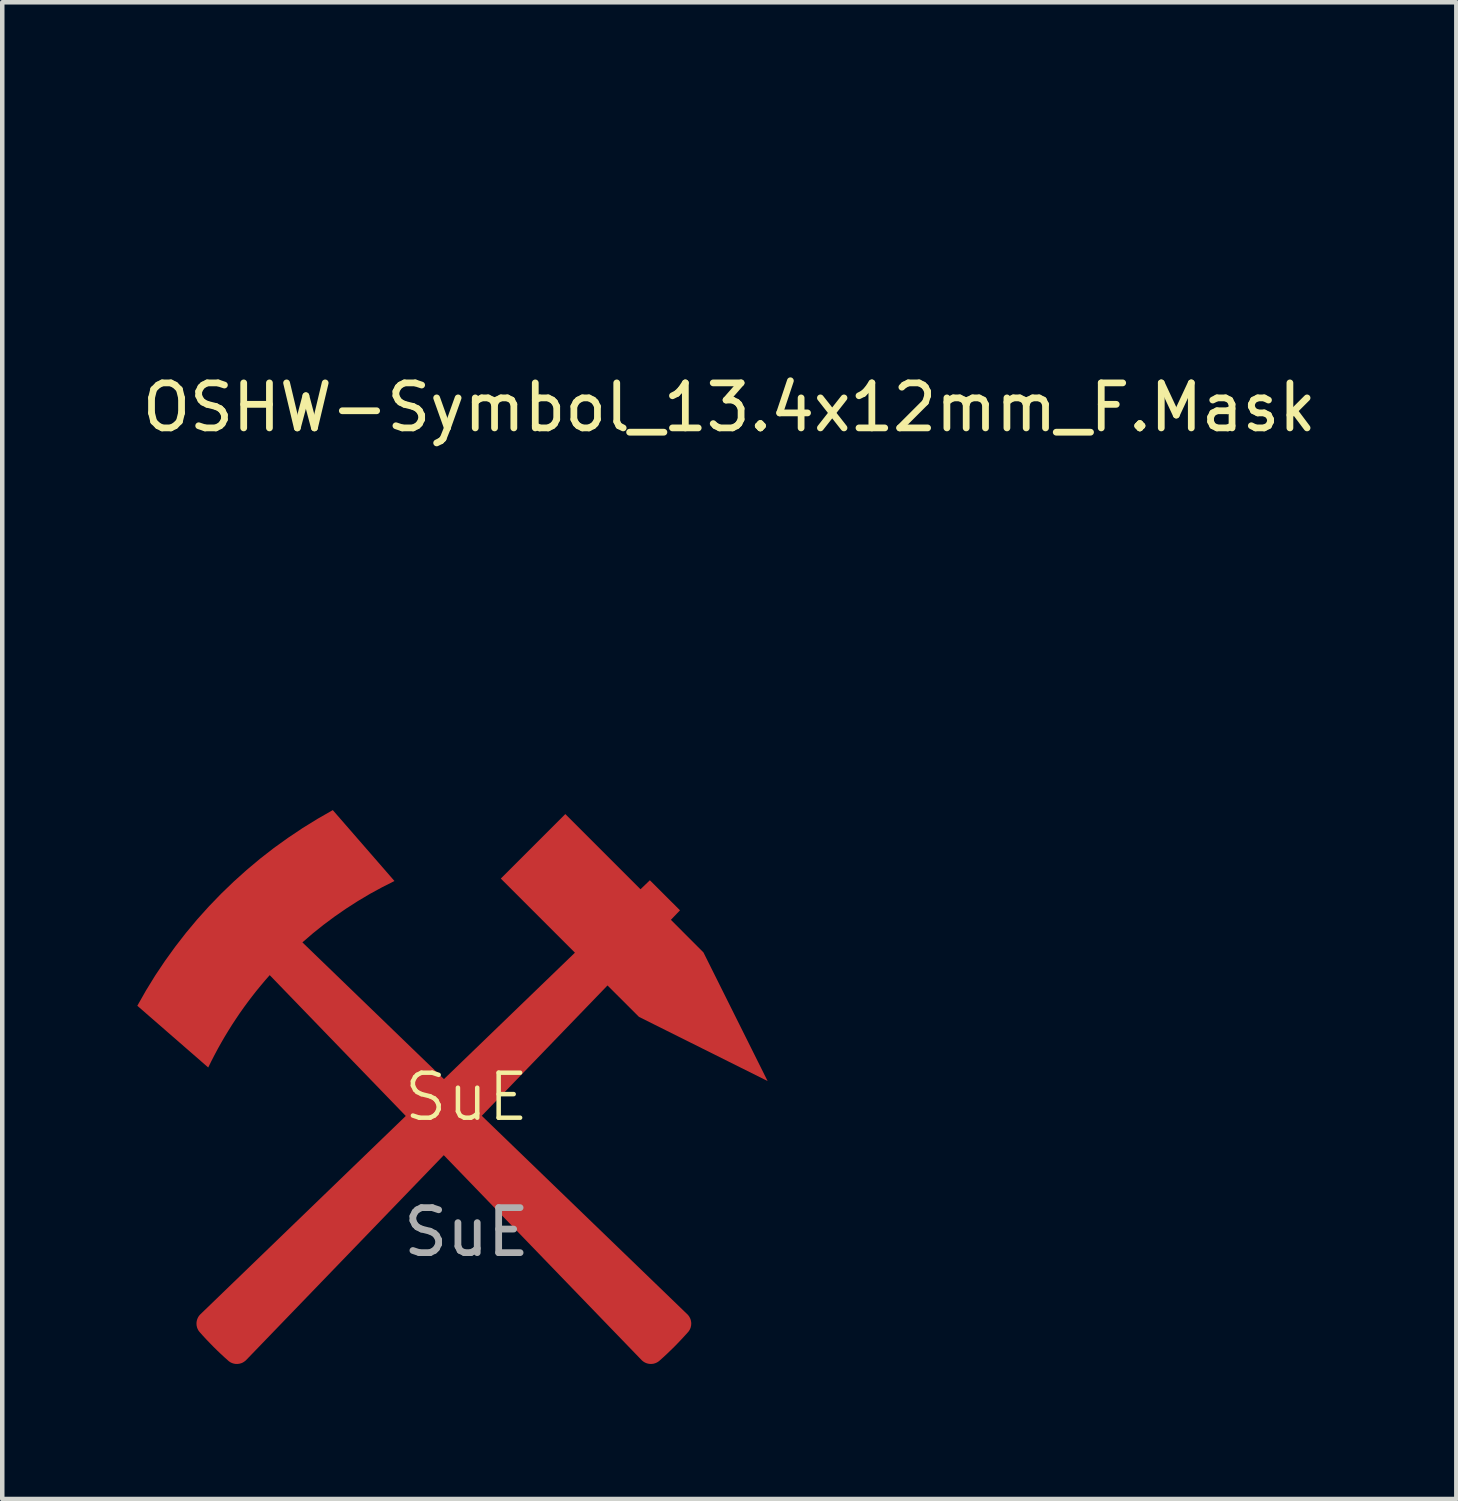
<source format=kicad_pcb>
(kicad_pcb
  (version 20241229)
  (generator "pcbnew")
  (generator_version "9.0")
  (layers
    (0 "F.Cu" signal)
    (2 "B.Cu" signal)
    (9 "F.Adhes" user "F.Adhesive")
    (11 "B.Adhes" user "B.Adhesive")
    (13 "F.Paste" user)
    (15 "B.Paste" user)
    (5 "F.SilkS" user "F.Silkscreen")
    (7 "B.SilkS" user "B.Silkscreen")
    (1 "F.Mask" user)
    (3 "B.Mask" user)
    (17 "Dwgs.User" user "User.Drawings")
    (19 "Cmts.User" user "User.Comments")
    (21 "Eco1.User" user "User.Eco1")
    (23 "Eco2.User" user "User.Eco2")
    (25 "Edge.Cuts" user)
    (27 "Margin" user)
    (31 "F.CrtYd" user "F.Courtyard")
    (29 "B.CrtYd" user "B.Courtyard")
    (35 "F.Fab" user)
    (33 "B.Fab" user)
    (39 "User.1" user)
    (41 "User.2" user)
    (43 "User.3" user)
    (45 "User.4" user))
  (footprint "SuE"
    (layer "F.Cu")
    (at 7.312 21.819)
    (property "Reference" "SuE" (at 0 -0.5 0) (unlocked yes) (layer "F.SilkS") (effects (font (size 1 1) (thickness 0.1))))
    (attr smd)
    (fp_poly (pts (xy -1.6 -5.3) (xy -1.877 -5.16) (xy -2.149 -5.012) (xy -2.414 -4.854) (xy -2.674 -4.687) (xy -2.927 -4.512) (xy -3.173 -4.329) (xy -3.413 -4.137) (xy -3.645 -3.937) (xy -0.501 -0.9) (xy 2.408 -3.708) (xy 0.762 -5.354) (xy 2.195 -6.787) (xy 3.865 -5.117) (xy 4.073 -5.317) (xy 4.742 -4.649) (xy 4.54 -4.438) (xy 5.263 -3.714) (xy 6.688 -0.857) (xy 3.831 -2.282) (xy 3.132 -2.98) (xy 0.339 -0.085) (xy 4.903 4.322) (xy 4.914 4.332) (xy 4.923 4.343) (xy 4.932 4.354) (xy 4.94 4.365) (xy 4.948 4.377) (xy 4.955 4.389) (xy 4.961 4.401) (xy 4.967 4.414) (xy 4.973 4.426) (xy 4.977 4.439) (xy 4.981 4.452) (xy 4.984 4.465) (xy 4.987 4.479) (xy 4.989 4.492) (xy 4.991 4.505) (xy 4.992 4.519) (xy 4.992 4.532) (xy 4.991 4.546) (xy 4.99 4.559) (xy 4.989 4.573) (xy 4.986 4.586) (xy 4.983 4.599) (xy 4.98 4.613) (xy 4.976 4.626) (xy 4.971 4.638) (xy 4.965 4.651) (xy 4.959 4.664) (xy 4.953 4.676) (xy 4.945 4.688) (xy 4.937 4.699) (xy 4.929 4.711) (xy 4.919 4.722) (xy 4.844 4.805) (xy 4.768 4.887) (xy 4.691 4.968) (xy 4.613 5.048) (xy 4.533 5.126) (xy 4.452 5.204) (xy 4.37 5.28) (xy 4.287 5.354) (xy 4.276 5.364) (xy 4.264 5.372) (xy 4.253 5.38) (xy 4.241 5.388) (xy 4.228 5.394) (xy 4.216 5.401) (xy 4.203 5.406) (xy 4.19 5.411) (xy 4.177 5.415) (xy 4.164 5.419) (xy 4.151 5.422) (xy 4.137 5.424) (xy 4.124 5.425) (xy 4.111 5.427) (xy 4.097 5.427) (xy 4.084 5.427) (xy 4.07 5.426) (xy 4.057 5.424) (xy 4.043 5.422) (xy 4.03 5.42) (xy 4.017 5.416) (xy 4.004 5.412) (xy 3.991 5.408) (xy 3.978 5.402) (xy 3.966 5.397) (xy 3.954 5.39) (xy 3.942 5.383) (xy 3.93 5.375) (xy 3.919 5.367) (xy 3.908 5.358) (xy 3.897 5.349) (xy 3.887 5.339) (xy -0.505 0.79) (xy -4.893 5.339) (xy -4.903 5.349) (xy -4.914 5.358) (xy -4.925 5.367) (xy -4.937 5.375) (xy -4.948 5.383) (xy -4.96 5.39) (xy -4.972 5.397) (xy -4.985 5.403) (xy -4.997 5.408) (xy -5.01 5.412) (xy -5.023 5.416) (xy -5.036 5.42) (xy -5.05 5.422) (xy -5.063 5.424) (xy -5.077 5.426) (xy -5.09 5.427) (xy -5.103 5.427) (xy -5.117 5.427) (xy -5.13 5.426) (xy -5.144 5.424) (xy -5.157 5.422) (xy -5.171 5.419) (xy -5.184 5.415) (xy -5.197 5.411) (xy -5.21 5.406) (xy -5.222 5.401) (xy -5.235 5.395) (xy -5.247 5.388) (xy -5.259 5.38) (xy -5.271 5.372) (xy -5.282 5.364) (xy -5.293 5.354) (xy -5.376 5.28) (xy -5.458 5.204) (xy -5.539 5.127) (xy -5.619 5.048) (xy -5.697 4.968) (xy -5.775 4.887) (xy -5.851 4.805) (xy -5.925 4.722) (xy -5.934 4.711) (xy -5.943 4.7) (xy -5.951 4.688) (xy -5.959 4.676) (xy -5.965 4.664) (xy -5.971 4.651) (xy -5.977 4.639) (xy -5.982 4.626) (xy -5.986 4.613) (xy -5.989 4.6) (xy -5.992 4.586) (xy -5.995 4.573) (xy -5.996 4.56) (xy -5.997 4.546) (xy -5.998 4.533) (xy -5.997 4.519) (xy -5.997 4.506) (xy -5.995 4.492) (xy -5.993 4.479) (xy -5.99 4.465) (xy -5.987 4.452) (xy -5.983 4.439) (xy -5.978 4.426) (xy -5.973 4.414) (xy -5.967 4.401) (xy -5.961 4.389) (xy -5.954 4.377) (xy -5.946 4.365) (xy -5.938 4.354) (xy -5.929 4.343) (xy -5.919 4.332) (xy -5.909 4.322) (xy -1.349 -0.081) (xy -4.371 -3.209) (xy -4.472 -3.094) (xy -4.571 -2.976) (xy -4.669 -2.857) (xy -4.764 -2.736) (xy -4.857 -2.613) (xy -4.948 -2.489) (xy -5.037 -2.363) (xy -5.123 -2.235) (xy -5.208 -2.106) (xy -5.29 -1.975) (xy -5.37 -1.843) (xy -5.448 -1.709) (xy -5.524 -1.573) (xy -5.597 -1.436) (xy -5.668 -1.298) (xy -5.737 -1.158) (xy -7.312 -2.529) (xy -7.119 -2.869) (xy -6.914 -3.202) (xy -6.697 -3.526) (xy -6.47 -3.841) (xy -6.231 -4.149) (xy -5.982 -4.447) (xy -5.723 -4.735) (xy -5.453 -5.015) (xy -5.174 -5.284) (xy -4.885 -5.544) (xy -4.588 -5.793) (xy -4.281 -6.032) (xy -3.965 -6.259) (xy -3.641 -6.476) (xy -3.309 -6.681) (xy -2.97 -6.875)) (stroke (width -0.000001) (type solid)) (fill yes) (layer "F.Cu"))
    (fp_text user "${REFERENCE}" (at 0 2.5 0) (unlocked yes) (layer "F.Fab") (effects (font (size 1 1) (thickness 0.15)))))
  (footprint "OSHW-Symbol_13.4x12mm_F.Mask"
    (layer "F.Cu")
    (at 13.149 6)
    (property "Reference" "OSHW-Symbol_13.4x12mm_F.Mask" (at 0 0 0) (layer "F.SilkS") (effects (font (size 1 1) (thickness 0.15))))
    (attr exclude_from_pos_files exclude_from_bom allow_missing_courtyard)
    (fp_poly (pts (xy 1.12 -5.099) (xy 1.289 -4.204) (xy 1.912 -3.947) (xy 2.535 -3.69) (xy 3.282 -4.198) (xy 3.492 -4.34) (xy 3.681 -4.466) (xy 3.841 -4.571) (xy 3.964 -4.65) (xy 4.04 -4.696) (xy 4.06 -4.706) (xy 4.098 -4.681) (xy 4.177 -4.61) (xy 4.29 -4.503) (xy 4.428 -4.368) (xy 4.581 -4.216) (xy 4.741 -4.055) (xy 4.898 -3.893) (xy 5.045 -3.741) (xy 5.171 -3.607) (xy 5.268 -3.5) (xy 5.327 -3.429) (xy 5.341 -3.406) (xy 5.321 -3.362) (xy 5.264 -3.267) (xy 5.176 -3.128) (xy 5.063 -2.957) (xy 4.932 -2.762) (xy 4.856 -2.651) (xy 4.717 -2.447) (xy 4.594 -2.264) (xy 4.492 -2.109) (xy 4.418 -1.993) (xy 4.376 -1.924) (xy 4.37 -1.909) (xy 4.384 -1.868) (xy 4.422 -1.772) (xy 4.479 -1.634) (xy 4.548 -1.469) (xy 4.624 -1.289) (xy 4.701 -1.108) (xy 4.774 -0.94) (xy 4.836 -0.798) (xy 4.882 -0.696) (xy 4.906 -0.648) (xy 4.907 -0.646) (xy 4.945 -0.637) (xy 5.046 -0.616) (xy 5.2 -0.586) (xy 5.395 -0.548) (xy 5.622 -0.505) (xy 5.755 -0.481) (xy 5.998 -0.434) (xy 6.217 -0.39) (xy 6.402 -0.351) (xy 6.541 -0.319) (xy 6.623 -0.296) (xy 6.639 -0.289) (xy 6.656 -0.24) (xy 6.669 -0.129) (xy 6.679 0.03) (xy 6.686 0.226) (xy 6.689 0.444) (xy 6.69 0.672) (xy 6.687 0.897) (xy 6.682 1.106) (xy 6.673 1.286) (xy 6.662 1.424) (xy 6.647 1.507) (xy 6.638 1.525) (xy 6.586 1.546) (xy 6.474 1.575) (xy 6.318 1.61) (xy 6.133 1.648) (xy 6.069 1.66) (xy 5.757 1.717) (xy 5.511 1.763) (xy 5.322 1.799) (xy 5.183 1.829) (xy 5.084 1.852) (xy 5.018 1.872) (xy 4.978 1.89) (xy 4.953 1.907) (xy 4.95 1.911) (xy 4.916 1.967) (xy 4.865 2.077) (xy 4.801 2.226) (xy 4.729 2.401) (xy 4.655 2.59) (xy 4.584 2.778) (xy 4.521 2.953) (xy 4.471 3.1) (xy 4.439 3.207) (xy 4.431 3.259) (xy 4.432 3.261) (xy 4.46 3.304) (xy 4.524 3.399) (xy 4.616 3.535) (xy 4.732 3.704) (xy 4.862 3.894) (xy 4.899 3.949) (xy 5.032 4.145) (xy 5.149 4.324) (xy 5.243 4.475) (xy 5.309 4.589) (xy 5.34 4.655) (xy 5.341 4.663) (xy 5.316 4.706) (xy 5.244 4.79) (xy 5.136 4.907) (xy 5.001 5.047) (xy 4.848 5.202) (xy 4.685 5.363) (xy 4.524 5.519) (xy 4.371 5.664) (xy 4.238 5.786) (xy 4.132 5.878) (xy 4.064 5.931) (xy 4.045 5.939) (xy 4 5.919) (xy 3.91 5.865) (xy 3.788 5.786) (xy 3.695 5.722) (xy 3.525 5.605) (xy 3.324 5.467) (xy 3.122 5.33) (xy 3.013 5.257) (xy 2.646 5.008) (xy 2.338 5.175) (xy 2.197 5.248) (xy 2.078 5.305) (xy 1.997 5.337) (xy 1.977 5.341) (xy 1.952 5.308) (xy 1.903 5.214) (xy 1.834 5.068) (xy 1.748 4.879) (xy 1.649 4.655) (xy 1.54 4.405) (xy 1.426 4.137) (xy 1.309 3.861) (xy 1.194 3.585) (xy 1.084 3.317) (xy 0.982 3.067) (xy 0.893 2.842) (xy 0.82 2.652) (xy 0.767 2.506) (xy 0.737 2.411) (xy 0.732 2.379) (xy 0.77 2.338) (xy 0.854 2.27) (xy 0.966 2.191) (xy 0.976 2.185) (xy 1.266 1.953) (xy 1.5 1.682) (xy 1.675 1.382) (xy 1.79 1.06) (xy 1.844 0.725) (xy 1.833 0.386) (xy 1.755 0.052) (xy 1.61 -0.269) (xy 1.567 -0.34) (xy 1.344 -0.623) (xy 1.08 -0.851) (xy 0.786 -1.021) (xy 0.469 -1.134) (xy 0.139 -1.187) (xy -0.195 -1.179) (xy -0.523 -1.11) (xy -0.838 -0.978) (xy -1.129 -0.781) (xy -1.219 -0.701) (xy -1.448 -0.452) (xy -1.615 -0.189) (xy -1.73 0.105) (xy -1.794 0.397) (xy -1.809 0.725) (xy -1.757 1.055) (xy -1.641 1.375) (xy -1.468 1.674) (xy -1.243 1.942) (xy -0.971 2.166) (xy -0.935 2.19) (xy -0.822 2.268) (xy -0.736 2.335) (xy -0.694 2.378) (xy -0.694 2.379) (xy -0.703 2.425) (xy -0.738 2.531) (xy -0.795 2.686) (xy -0.872 2.884) (xy -0.964 3.114) (xy -1.067 3.368) (xy -1.179 3.638) (xy -1.295 3.915) (xy -1.411 4.19) (xy -1.525 4.455) (xy -1.632 4.701) (xy -1.729 4.919) (xy -1.812 5.1) (xy -1.877 5.237) (xy -1.921 5.32) (xy -1.939 5.341) (xy -1.994 5.325) (xy -2.096 5.279) (xy -2.228 5.213) (xy -2.3 5.175) (xy -2.609 5.008) (xy -2.976 5.257) (xy -3.163 5.384) (xy -3.369 5.524) (xy -3.561 5.656) (xy -3.657 5.722) (xy -3.793 5.813) (xy -3.907 5.885) (xy -3.986 5.929) (xy -4.012 5.938) (xy -4.049 5.913) (xy -4.132 5.843) (xy -4.252 5.735) (xy -4.401 5.597) (xy -4.572 5.435) (xy -4.68 5.331) (xy -4.868 5.146) (xy -5.031 4.98) (xy -5.162 4.841) (xy -5.254 4.736) (xy -5.301 4.671) (xy -5.305 4.658) (xy -5.284 4.608) (xy -5.227 4.508) (xy -5.139 4.366) (xy -5.028 4.194) (xy -4.899 4.002) (xy -4.862 3.949) (xy -4.728 3.754) (xy -4.608 3.578) (xy -4.509 3.432) (xy -4.437 3.325) (xy -4.398 3.267) (xy -4.394 3.261) (xy -4.4 3.215) (xy -4.429 3.113) (xy -4.478 2.97) (xy -4.54 2.798) (xy -4.61 2.61) (xy -4.684 2.421) (xy -4.756 2.243) (xy -4.821 2.091) (xy -4.874 1.976) (xy -4.91 1.914) (xy -4.913 1.911) (xy -4.935 1.893) (xy -4.972 1.875) (xy -5.032 1.856) (xy -5.124 1.833) (xy -5.255 1.805) (xy -5.434 1.77) (xy -5.668 1.726) (xy -5.967 1.671) (xy -6.031 1.66) (xy -6.223 1.623) (xy -6.39 1.586) (xy -6.517 1.554) (xy -6.591 1.53) (xy -6.601 1.525) (xy -6.617 1.475) (xy -6.63 1.364) (xy -6.641 1.204) (xy -6.648 1.008) (xy -6.652 0.79) (xy -6.653 0.562) (xy -6.65 0.337) (xy -6.645 0.128) (xy -6.637 -0.052) (xy -6.625 -0.189) (xy -6.611 -0.272) (xy -6.602 -0.289) (xy -6.553 -0.306) (xy -6.442 -0.334) (xy -6.279 -0.37) (xy -6.076 -0.412) (xy -5.844 -0.457) (xy -5.718 -0.481) (xy -5.478 -0.526) (xy -5.264 -0.566) (xy -5.086 -0.601) (xy -4.955 -0.627) (xy -4.882 -0.642) (xy -4.87 -0.646) (xy -4.85 -0.685) (xy -4.806 -0.78) (xy -4.746 -0.917) (xy -4.675 -1.082) (xy -4.598 -1.262) (xy -4.522 -1.443) (xy -4.451 -1.611) (xy -4.392 -1.755) (xy -4.351 -1.858) (xy -4.333 -1.909) (xy -4.333 -1.911) (xy -4.353 -1.951) (xy -4.41 -2.043) (xy -4.498 -2.178) (xy -4.611 -2.347) (xy -4.742 -2.541) (xy -4.819 -2.652) (xy -4.958 -2.856) (xy -5.081 -3.041) (xy -5.183 -3.198) (xy -5.258 -3.317) (xy -5.298 -3.39) (xy -5.304 -3.406) (xy -5.279 -3.444) (xy -5.209 -3.525) (xy -5.103 -3.64) (xy -4.971 -3.779) (xy -4.821 -3.935) (xy -4.662 -4.097) (xy -4.503 -4.257) (xy -4.353 -4.405) (xy -4.221 -4.533) (xy -4.115 -4.632) (xy -4.046 -4.692) (xy -4.022 -4.706) (xy -3.984 -4.686) (xy -3.894 -4.63) (xy -3.759 -4.542) (xy -3.589 -4.43) (xy -3.393 -4.298) (xy -3.245 -4.198) (xy -2.498 -3.69) (xy -1.874 -3.947) (xy -1.251 -4.204) (xy -0.914 -5.995) (xy 0.951 -5.995) (xy 1.12 -5.099)) (stroke (width 0.01) (type solid)) (fill yes) (layer "F.Mask")))
  (gr_rect
    (start -3 -3)
    (end 29.298 30.246)
    (stroke (width 0.1) (type default))
    (fill no)
    (layer "Edge.Cuts")))
</source>
